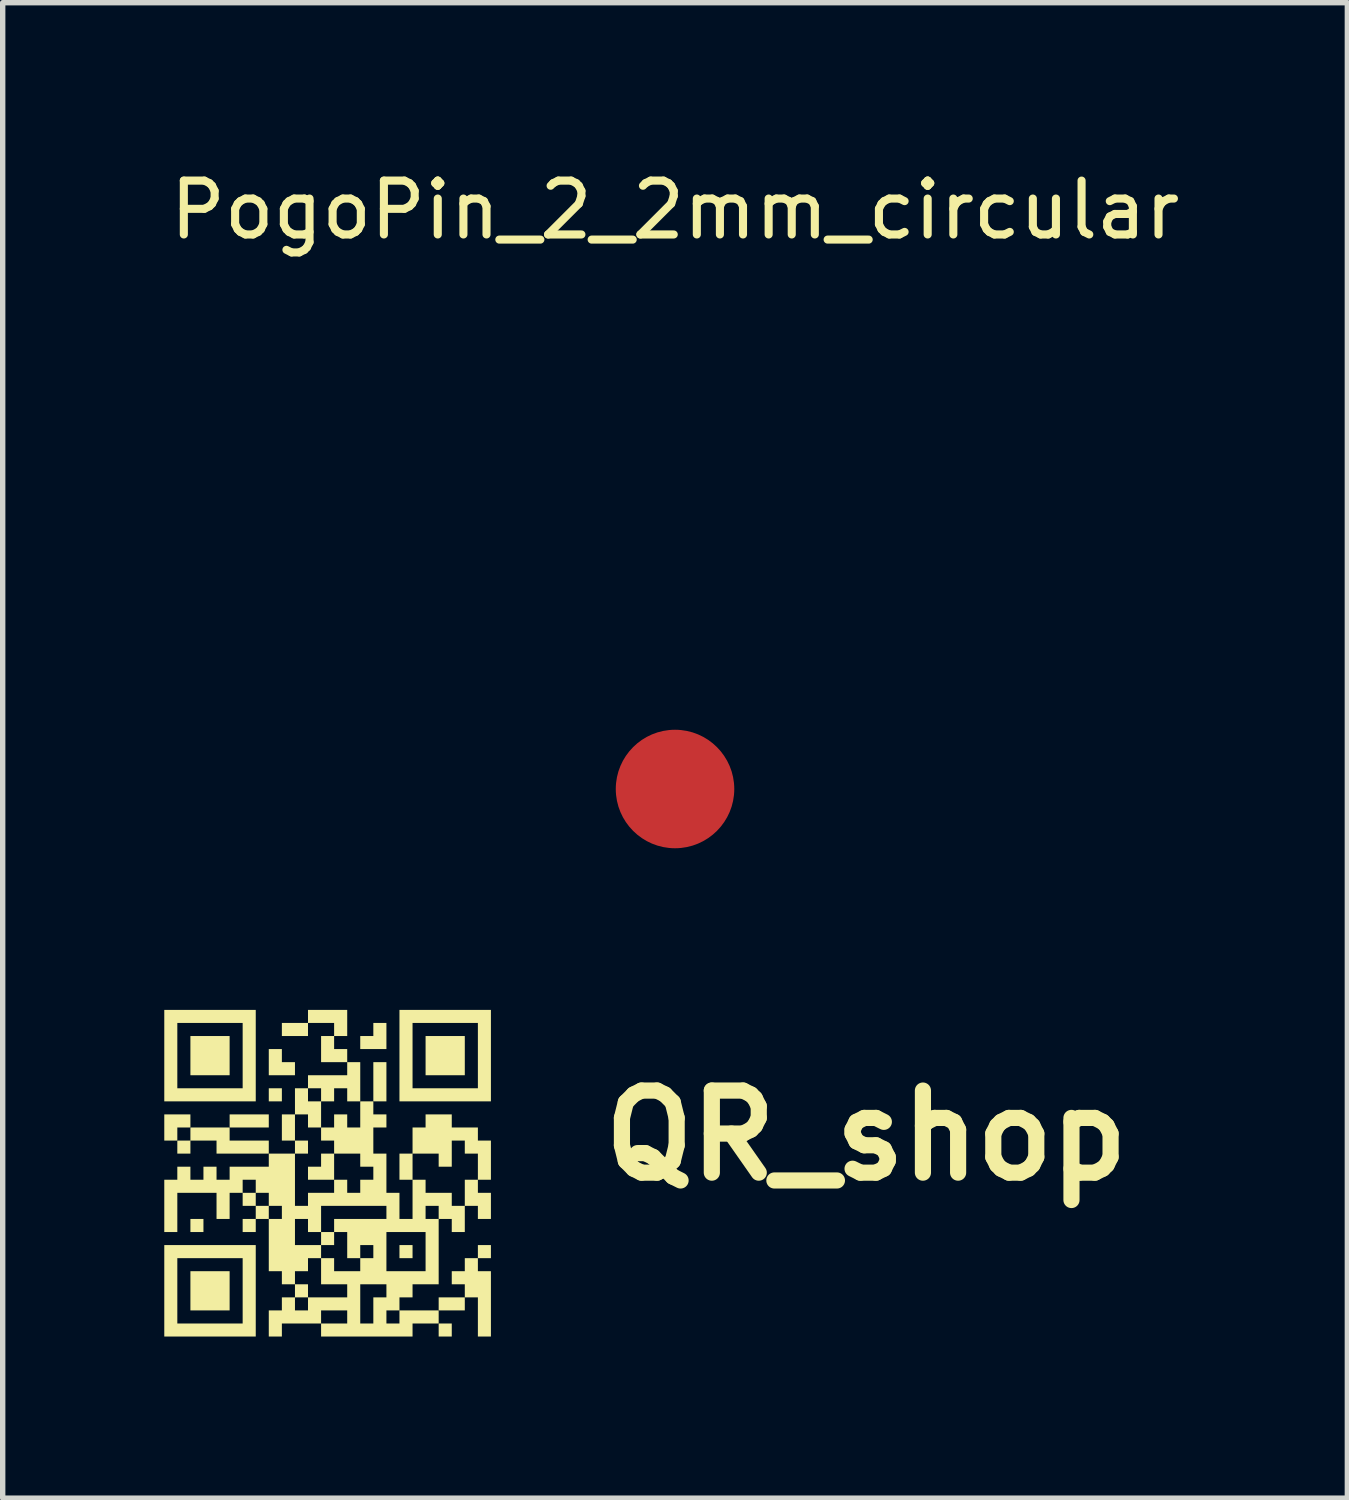
<source format=kicad_pcb>
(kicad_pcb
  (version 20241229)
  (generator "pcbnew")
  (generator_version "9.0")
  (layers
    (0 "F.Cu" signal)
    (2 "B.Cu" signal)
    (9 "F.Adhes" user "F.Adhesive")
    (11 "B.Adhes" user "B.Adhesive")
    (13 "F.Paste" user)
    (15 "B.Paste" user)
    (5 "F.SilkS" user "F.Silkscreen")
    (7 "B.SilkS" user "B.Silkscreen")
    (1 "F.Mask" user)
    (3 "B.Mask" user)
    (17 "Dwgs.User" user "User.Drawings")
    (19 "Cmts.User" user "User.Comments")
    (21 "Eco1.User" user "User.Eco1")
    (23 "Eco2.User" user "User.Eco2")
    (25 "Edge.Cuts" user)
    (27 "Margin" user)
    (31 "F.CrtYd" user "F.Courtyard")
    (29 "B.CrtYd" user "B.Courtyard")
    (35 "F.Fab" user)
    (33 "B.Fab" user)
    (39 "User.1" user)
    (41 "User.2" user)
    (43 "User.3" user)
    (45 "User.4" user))
  (footprint "PogoPin_2_2mm_circular"
    (layer "F.Cu")
    (at 9.482 11.598)
    (property "Reference" "PogoPin_2_2mm_circular" (at 0 -10.75 0) (layer "F.SilkS") (effects (font (size 1 1) (thickness 0.15))))
    (attr through_hole)
    (pad "1" smd circle (at 0 0) (size 2.2 2.2) (layers "F.Cu" "F.Mask")))
  (footprint "QR_shop"
    (layer "F.Cu")
    (at 3.032 18.731)
    (property "Reference" "QR_shop" (at 10 -0.7 0) (layer "F.SilkS") (effects (font (size 1.524 1.524) (thickness 0.3))))
    (attr board_only exclude_from_pos_files exclude_from_bom)
    (fp_poly (pts (xy -2.305 1.092) (xy -2.547 1.092) (xy -2.547 0.849) (xy -2.305 0.849)) (stroke (width 0) (type solid)) (fill yes) (layer "F.SilkS"))
    (fp_poly (pts (xy -1.819 -1.819) (xy -2.547 -1.819) (xy -2.547 -2.547) (xy -1.819 -2.547)) (stroke (width 0) (type solid)) (fill yes) (layer "F.SilkS"))
    (fp_poly (pts (xy -1.819 2.547) (xy -2.547 2.547) (xy -2.547 1.819) (xy -1.819 1.819)) (stroke (width 0) (type solid)) (fill yes) (layer "F.SilkS"))
    (fp_poly (pts (xy -1.334 1.092) (xy -1.577 1.092) (xy -1.577 0.849) (xy -1.334 0.849)) (stroke (width 0) (type solid)) (fill yes) (layer "F.SilkS"))
    (fp_poly (pts (xy -1.092 -0.849) (xy -1.819 -0.849) (xy -1.819 -1.092) (xy -1.092 -1.092)) (stroke (width 0) (type solid)) (fill yes) (layer "F.SilkS"))
    (fp_poly (pts (xy -0.849 -1.334) (xy -1.092 -1.334) (xy -1.092 -1.577) (xy -0.849 -1.577)) (stroke (width 0) (type solid)) (fill yes) (layer "F.SilkS"))
    (fp_poly (pts (xy -0.364 -2.547) (xy -0.849 -2.547) (xy -0.849 -2.79) (xy -0.364 -2.79)) (stroke (width 0) (type solid)) (fill yes) (layer "F.SilkS"))
    (fp_poly (pts (xy 0.121 1.334) (xy -0.121 1.334) (xy -0.121 1.092) (xy 0.121 1.092)) (stroke (width 0) (type solid)) (fill yes) (layer "F.SilkS"))
    (fp_poly (pts (xy 1.092 -1.334) (xy 0.849 -1.334) (xy 0.849 -2.062) (xy 1.092 -2.062)) (stroke (width 0) (type solid)) (fill yes) (layer "F.SilkS"))
    (fp_poly (pts (xy 1.577 1.577) (xy 1.334 1.577) (xy 1.334 1.334) (xy 1.577 1.334)) (stroke (width 0) (type solid)) (fill yes) (layer "F.SilkS"))
    (fp_poly (pts (xy 2.305 3.032) (xy 2.062 3.032) (xy 2.062 2.79) (xy 2.305 2.79)) (stroke (width 0) (type solid)) (fill yes) (layer "F.SilkS"))
    (fp_poly (pts (xy 2.547 -1.819) (xy 1.819 -1.819) (xy 1.819 -2.547) (xy 2.547 -2.547)) (stroke (width 0) (type solid)) (fill yes) (layer "F.SilkS"))
    (fp_poly (pts (xy 2.547 2.547) (xy 2.062 2.547) (xy 2.062 2.305) (xy 2.547 2.305)) (stroke (width 0) (type solid)) (fill yes) (layer "F.SilkS"))
    (fp_poly (pts (xy 3.032 1.577) (xy 2.79 1.577) (xy 2.79 1.334) (xy 3.032 1.334)) (stroke (width 0) (type solid)) (fill yes) (layer "F.SilkS"))
    (fp_poly (pts (xy -0.849 -2.062) (xy -0.606 -2.062) (xy -0.606 -1.819) (xy -1.092 -1.819) (xy -1.092 -2.305) (xy -0.849 -2.305)) (stroke (width 0) (type solid)) (fill yes) (layer "F.SilkS"))
    (fp_poly (pts (xy -0.364 -3.032) (xy 0.364 -3.032) (xy 0.364 -2.547) (xy 0.121 -2.547) (xy 0.121 -2.79) (xy -0.364 -2.79)) (stroke (width 0) (type solid)) (fill yes) (layer "F.SilkS"))
    (fp_poly (pts (xy 0.121 -2.305) (xy 0.364 -2.305) (xy 0.364 -2.062) (xy -0.121 -2.062) (xy -0.121 -2.547) (xy 0.121 -2.547)) (stroke (width 0) (type solid)) (fill yes) (layer "F.SilkS"))
    (fp_poly (pts (xy 0.121 0.121) (xy -0.364 0.121) (xy -0.364 -0.121) (xy -0.121 -0.121) (xy -0.121 -0.364) (xy 0.121 -0.364)) (stroke (width 0) (type solid)) (fill yes) (layer "F.SilkS"))
    (fp_poly (pts (xy 1.092 -2.305) (xy 0.606 -2.305) (xy 0.606 -2.547) (xy 0.849 -2.547) (xy 0.849 -2.79) (xy 1.092 -2.79)) (stroke (width 0) (type solid)) (fill yes) (layer "F.SilkS"))
    (fp_poly (pts (xy -1.334 -1.334) (xy -3.032 -1.334) (xy -3.032 -1.577) (xy -2.79 -1.577) (xy -1.577 -1.577) (xy -1.577 -2.79) (xy -2.79 -2.79) (xy -2.79 -1.577) (xy -3.032 -1.577) (xy -3.032 -3.032) (xy -1.334 -3.032)) (stroke (width 0) (type solid)) (fill yes) (layer "F.SilkS"))
    (fp_poly (pts (xy -1.334 3.032) (xy -3.032 3.032) (xy -3.032 2.79) (xy -2.79 2.79) (xy -1.577 2.79) (xy -1.577 1.577) (xy -2.79 1.577) (xy -2.79 2.79) (xy -3.032 2.79) (xy -3.032 1.334) (xy -1.334 1.334)) (stroke (width 0) (type solid)) (fill yes) (layer "F.SilkS"))
    (fp_poly (pts (xy 3.032 -1.334) (xy 1.334 -1.334) (xy 1.334 -1.577) (xy 1.577 -1.577) (xy 2.79 -1.577) (xy 2.79 -2.79) (xy 1.577 -2.79) (xy 1.577 -1.577) (xy 1.334 -1.577) (xy 1.334 -3.032) (xy 3.032 -3.032)) (stroke (width 0) (type solid)) (fill yes) (layer "F.SilkS"))
    (fp_poly (pts (xy 2.547 2.062) (xy 2.305 2.062) (xy 2.305 1.819) (xy 2.547 1.819) (xy 2.547 1.577) (xy 2.79 1.577) (xy 2.79 1.819) (xy 3.032 1.819) (xy 3.032 3.032) (xy 2.79 3.032) (xy 2.79 2.305) (xy 2.547 2.305)) (stroke (width 0) (type solid)) (fill yes) (layer "F.SilkS"))
    (fp_poly (pts (xy -1.819 -0.849) (xy -1.819 -0.606) (xy -1.092 -0.606) (xy -1.092 -0.364) (xy -2.062 -0.364) (xy -2.062 -0.606) (xy -2.547 -0.606) (xy -2.547 -0.364) (xy -2.79 -0.364) (xy -2.79 -0.606) (xy -2.547 -0.606) (xy -2.547 -0.849) (xy -2.79 -0.849) (xy -2.79 -0.606) (xy -3.032 -0.606) (xy -3.032 -1.092) (xy -2.547 -1.092) (xy -2.547 -0.849)) (stroke (width 0) (type solid)) (fill yes) (layer "F.SilkS"))
    (fp_poly (pts (xy -1.334 0.606) (xy -1.092 0.606) (xy -1.092 0.364) (xy -1.334 0.364) (xy -1.334 0.606) (xy -1.577 0.606) (xy -1.577 0.364) (xy -1.334 0.364) (xy -1.334 0.121) (xy -1.577 0.121) (xy -1.577 0.364) (xy -1.819 0.364) (xy -1.819 0.849) (xy -2.062 0.849) (xy -2.062 0.364) (xy -2.79 0.364) (xy -2.79 1.092) (xy -3.032 1.092) (xy -3.032 0.121) (xy -2.79 0.121) (xy -2.79 -0.121) (xy -2.547 -0.121) (xy -2.547 0.121) (xy -2.305 0.121) (xy -2.305 -0.121) (xy -2.062 -0.121) (xy -2.062 0.121) (xy -1.819 0.121) (xy -1.819 -0.121) (xy -1.092 -0.121) (xy -1.092 -0.364) (xy -0.606 -0.364) (xy -0.606 -0.606) (xy -0.849 -0.606) (xy -0.849 -1.092) (xy -0.606 -1.092) (xy -0.606 -1.334) (xy -0.364 -1.334) (xy -0.121 -1.334) (xy -0.121 -1.577) (xy -0.364 -1.577) (xy -0.364 -1.334) (xy -0.606 -1.334) (xy -0.606 -1.577) (xy -0.364 -1.577) (xy -0.364 -1.819) (xy 0.364 -1.819) (xy 0.364 -2.062) (xy 0.606 -2.062) (xy 0.606 -1.334) (xy 0.849 -1.334) (xy 0.849 -1.092) (xy 1.092 -1.092) (xy 1.092 -0.849) (xy 0.849 -0.849) (xy 0.849 -0.364) (xy 1.092 -0.364) (xy 1.092 0.364) (xy 1.334 0.364) (xy 1.334 0.849) (xy 1.577 0.849) (xy 1.819 0.849) (xy 2.062 0.849) (xy 2.062 0.606) (xy 1.819 0.606) (xy 1.819 0.849) (xy 1.577 0.849) (xy 1.577 0.121) (xy 1.819 0.121) (xy 1.819 0.364) (xy 2.305 0.364) (xy 2.305 0.606) (xy 2.547 0.606) (xy 2.547 0.121) (xy 2.79 0.121) (xy 2.79 -0.364) (xy 2.547 -0.364) (xy 2.547 -0.606) (xy 2.305 -0.606) (xy 2.305 -0.121) (xy 2.062 -0.121) (xy 2.062 -0.364) (xy 1.577 -0.364) (xy 1.577 0.121) (xy 1.334 0.121) (xy 1.334 -0.364) (xy 1.577 -0.364) (xy 1.577 -0.849) (xy 1.819 -0.849) (xy 1.819 -1.092) (xy 2.305 -1.092) (xy 2.305 -0.849) (xy 2.79 -0.849) (xy 2.79 -0.606) (xy 3.032 -0.606) (xy 3.032 0.121) (xy 2.79 0.121) (xy 2.79 0.364) (xy 3.032 0.364) (xy 3.032 0.849) (xy 2.79 0.849) (xy 2.79 0.606) (xy 2.547 0.606) (xy 2.547 1.092) (xy 2.305 1.092) (xy 2.305 0.849) (xy 2.062 0.849) (xy 2.062 2.062) (xy 1.577 2.062) (xy 1.577 2.305) (xy 1.334 2.305) (xy 1.334 2.547) (xy 2.062 2.547) (xy 2.062 2.79) (xy 1.577 2.79) (xy 1.577 3.032) (xy -0.121 3.032) (xy -0.121 2.79) (xy 0.364 2.79) (xy 0.606 2.79) (xy 0.849 2.79) (xy 1.092 2.79) (xy 1.334 2.79) (xy 1.334 2.547) (xy 1.092 2.547) (xy 1.092 2.79) (xy 0.849 2.79) (xy 0.849 2.305) (xy 1.092 2.305) (xy 1.092 2.062) (xy 0.606 2.062) (xy 0.606 2.79) (xy 0.364 2.79) (xy 0.364 2.547) (xy -0.121 2.547) (xy -0.121 2.79) (xy -0.849 2.79) (xy -0.849 3.032) (xy -1.092 3.032) (xy -1.092 2.547) (xy -0.849 2.547) (xy -0.606 2.547) (xy -0.364 2.547) (xy -0.364 2.305) (xy -0.606 2.305) (xy -0.606 2.547) (xy -0.849 2.547) (xy -0.849 2.305) (xy -0.606 2.305) (xy -0.606 2.062) (xy -0.364 2.062) (xy -0.364 2.305) (xy 0.364 2.305) (xy 0.364 2.062) (xy -0.121 2.062) (xy -0.121 1.577) (xy -0.364 1.577) (xy -0.364 1.819) (xy -0.606 1.819) (xy -0.606 2.062) (xy -0.849 2.062) (xy -0.849 1.819) (xy -1.092 1.819) (xy -1.092 1.334) (xy -0.606 1.334) (xy -0.121 1.334) (xy -0.121 1.577) (xy 0.121 1.577) (xy 0.121 1.819) (xy 0.606 1.819) (xy 1.092 1.819) (xy 1.819 1.819) (xy 1.819 1.092) (xy 1.092 1.092) (xy 1.092 1.819) (xy 0.606 1.819) (xy 0.606 1.577) (xy 0.849 1.577) (xy 0.849 1.334) (xy 0.606 1.334) (xy 0.606 1.577) (xy 0.364 1.577) (xy 0.364 1.092) (xy 0.121 1.092) (xy 0.121 0.849) (xy 1.092 0.849) (xy 1.092 0.606) (xy -0.121 0.606) (xy -0.121 1.092) (xy -0.364 1.092) (xy -0.364 0.849) (xy -0.606 0.849) (xy -0.606 1.334) (xy -1.092 1.334) (xy -1.092 0.849) (xy -0.849 0.849) (xy -0.849 0.606) (xy -0.606 0.606) (xy -0.364 0.606) (xy -0.364 0.364) (xy 0.121 0.364) (xy 0.121 0.121) (xy 0.364 0.121) (xy 0.364 0.364) (xy 0.606 0.364) (xy 0.606 0.121) (xy 0.849 0.121) (xy 0.849 -0.121) (xy 0.606 -0.121) (xy 0.606 -0.364) (xy 0.121 -0.364) (xy 0.121 -0.606) (xy -0.121 -0.606) (xy -0.121 -0.849) (xy 0.121 -0.849) (xy 0.121 -1.092) (xy 0.364 -1.092) (xy 0.364 -0.849) (xy 0.606 -0.849) (xy 0.606 -1.334) (xy 0.364 -1.334) (xy 0.364 -1.577) (xy 0.121 -1.577) (xy 0.121 -1.334) (xy -0.121 -1.334) (xy -0.121 -0.849) (xy -0.364 -0.849) (xy -0.364 -1.092) (xy -0.606 -1.092) (xy -0.606 -0.606) (xy -0.364 -0.606) (xy -0.364 -0.364) (xy -0.606 -0.364) (xy -0.606 0.606) (xy -0.849 0.606) (xy -1.092 0.606) (xy -1.092 0.849) (xy -1.334 0.849)) (stroke (width 0) (type solid)) (fill yes) (layer "F.SilkS")))
  (gr_rect
    (start -3 -3)
    (end 21.964 24.763)
    (stroke (width 0.1) (type default))
    (fill no)
    (layer "Edge.Cuts")))
</source>
